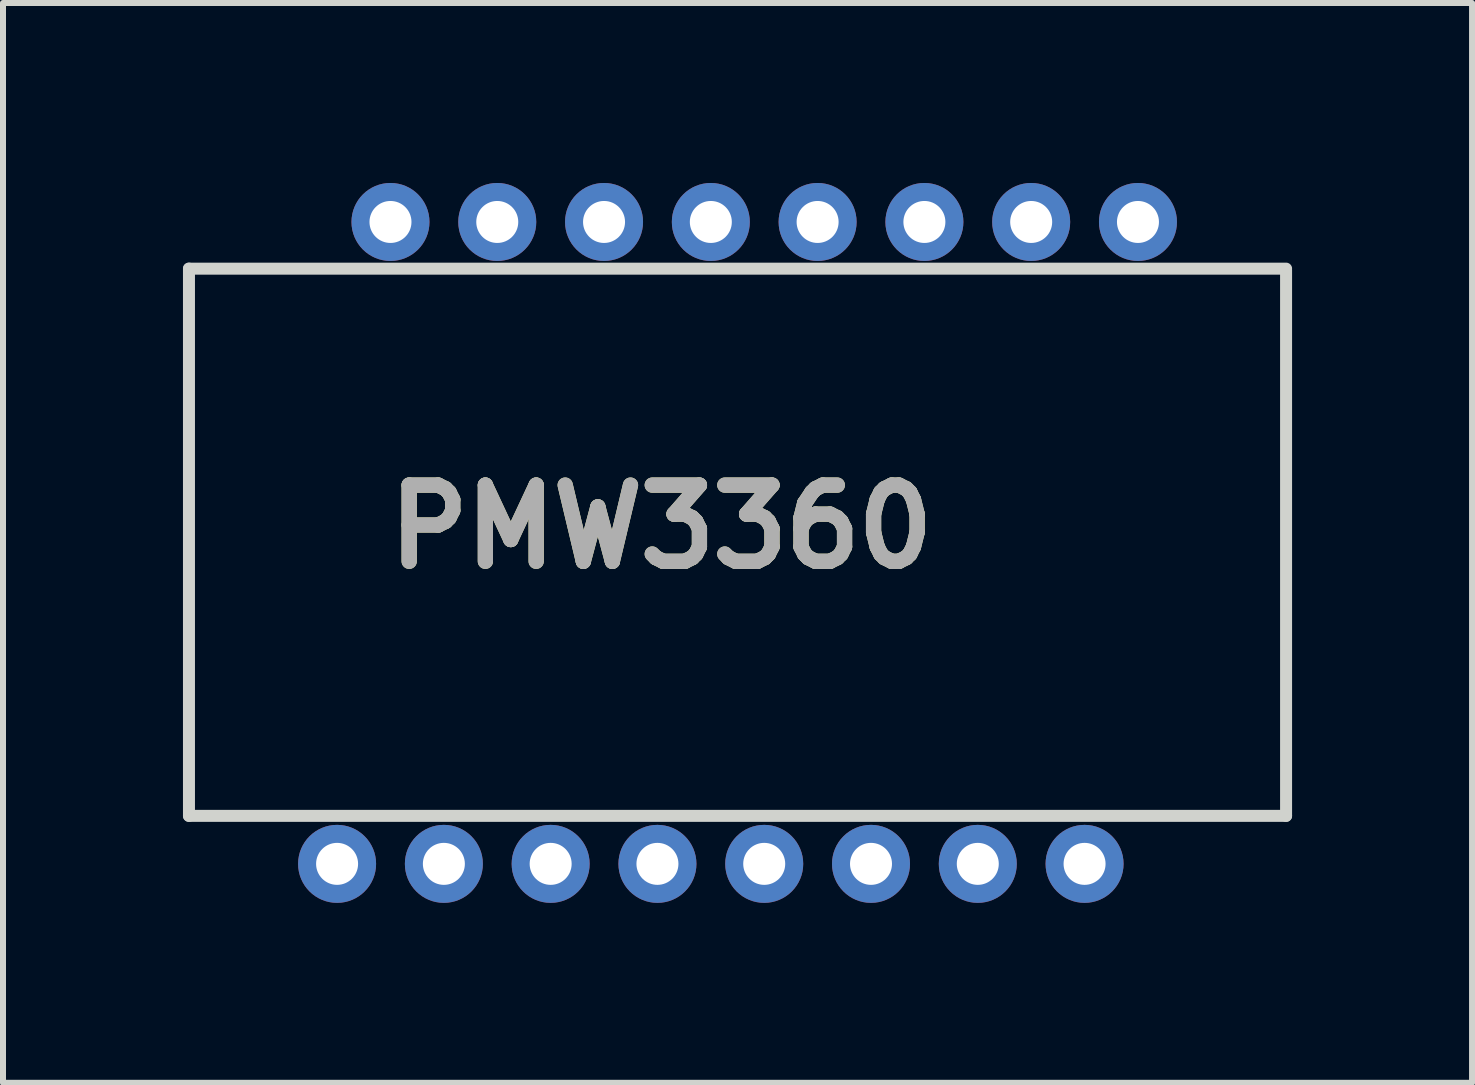
<source format=kicad_pcb>
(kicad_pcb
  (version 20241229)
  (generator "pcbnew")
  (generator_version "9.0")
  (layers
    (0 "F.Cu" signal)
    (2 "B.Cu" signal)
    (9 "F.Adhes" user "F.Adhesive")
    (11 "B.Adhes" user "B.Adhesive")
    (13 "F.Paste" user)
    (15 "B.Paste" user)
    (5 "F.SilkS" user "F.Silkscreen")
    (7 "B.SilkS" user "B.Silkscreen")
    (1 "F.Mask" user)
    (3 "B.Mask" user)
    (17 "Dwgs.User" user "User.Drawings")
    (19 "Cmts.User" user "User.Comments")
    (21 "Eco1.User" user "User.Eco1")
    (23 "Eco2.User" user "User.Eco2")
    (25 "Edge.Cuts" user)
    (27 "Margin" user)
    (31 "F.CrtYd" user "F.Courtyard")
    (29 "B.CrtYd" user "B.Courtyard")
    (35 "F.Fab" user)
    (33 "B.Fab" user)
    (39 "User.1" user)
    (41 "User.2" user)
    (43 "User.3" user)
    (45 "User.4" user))
  (footprint "PMW3360"
    (layer "F.Cu")
    (at 9.244 6)
    (property "Reference" "PMW3360" (at -1.27 -0.268 0) (layer "F.SilkS") (effects (font (size 1.27 1.27) (thickness 0.254))))
    (attr smd)
    (fp_line (start -9.144 -4.572) (end 9.144 -4.572) (stroke (width 0.2) (type solid)) (layer "Edge.Cuts"))
    (fp_line (start -9.144 4.55) (end -9.144 -4.572) (stroke (width 0.2) (type solid)) (layer "Edge.Cuts"))
    (fp_line (start 9.144 -4.55) (end 9.144 4.55) (stroke (width 0.2) (type solid)) (layer "Edge.Cuts"))
    (fp_line (start 9.144 4.55) (end -9.144 4.55) (stroke (width 0.2) (type solid)) (layer "Edge.Cuts"))
    (fp_text user "${REFERENCE}" (at -1.27 -0.268 0) (layer "F.Fab") (effects (font (size 1.27 1.27) (thickness 0.254))))
    (pad "1" thru_hole circle (at 6.675 -5.35) (size 1.3 1.3) (drill 0.7) (layers "*.Cu" "*.Mask"))
    (pad "2" thru_hole circle (at 4.895 -5.35) (size 1.3 1.3) (drill 0.7) (layers "*.Cu" "*.Mask"))
    (pad "3" thru_hole circle (at 3.115 -5.35) (size 1.3 1.3) (drill 0.7) (layers "*.Cu" "*.Mask"))
    (pad "4" thru_hole circle (at 1.335 -5.35) (size 1.3 1.3) (drill 0.7) (layers "*.Cu" "*.Mask"))
    (pad "5" thru_hole circle (at -0.445 -5.35) (size 1.3 1.3) (drill 0.7) (layers "*.Cu" "*.Mask"))
    (pad "6" thru_hole circle (at -2.225 -5.35) (size 1.3 1.3) (drill 0.7) (layers "*.Cu" "*.Mask"))
    (pad "7" thru_hole circle (at -4.005 -5.35) (size 1.3 1.3) (drill 0.7) (layers "*.Cu" "*.Mask"))
    (pad "8" thru_hole circle (at -5.785 -5.35) (size 1.3 1.3) (drill 0.7) (layers "*.Cu" "*.Mask"))
    (pad "9" thru_hole circle (at -6.675 5.35) (size 1.3 1.3) (drill 0.7) (layers "*.Cu" "*.Mask"))
    (pad "10" thru_hole circle (at -4.895 5.35) (size 1.3 1.3) (drill 0.7) (layers "*.Cu" "*.Mask"))
    (pad "11" thru_hole circle (at -3.115 5.35) (size 1.3 1.3) (drill 0.7) (layers "*.Cu" "*.Mask"))
    (pad "12" thru_hole circle (at -1.335 5.35) (size 1.3 1.3) (drill 0.7) (layers "*.Cu" "*.Mask"))
    (pad "13" thru_hole circle (at 0.445 5.35) (size 1.3 1.3) (drill 0.7) (layers "*.Cu" "*.Mask"))
    (pad "14" thru_hole circle (at 2.225 5.35) (size 1.3 1.3) (drill 0.7) (layers "*.Cu" "*.Mask"))
    (pad "15" thru_hole circle (at 4.005 5.35) (size 1.3 1.3) (drill 0.7) (layers "*.Cu" "*.Mask"))
    (pad "16" thru_hole circle (at 5.785 5.35) (size 1.3 1.3) (drill 0.7) (layers "*.Cu" "*.Mask")))
  (gr_rect
    (start -3 -3)
    (end 21.488 15)
    (stroke (width 0.1) (type default))
    (fill no)
    (layer "Edge.Cuts")))
</source>
